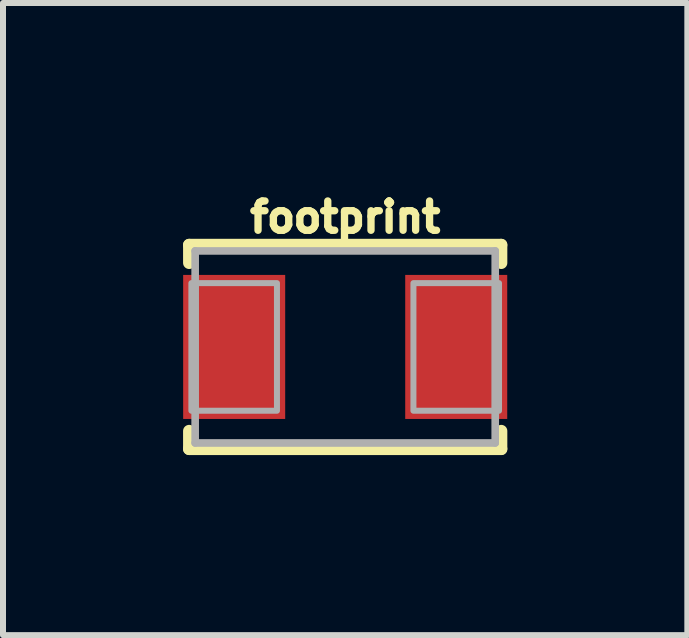
<source format=kicad_pcb>
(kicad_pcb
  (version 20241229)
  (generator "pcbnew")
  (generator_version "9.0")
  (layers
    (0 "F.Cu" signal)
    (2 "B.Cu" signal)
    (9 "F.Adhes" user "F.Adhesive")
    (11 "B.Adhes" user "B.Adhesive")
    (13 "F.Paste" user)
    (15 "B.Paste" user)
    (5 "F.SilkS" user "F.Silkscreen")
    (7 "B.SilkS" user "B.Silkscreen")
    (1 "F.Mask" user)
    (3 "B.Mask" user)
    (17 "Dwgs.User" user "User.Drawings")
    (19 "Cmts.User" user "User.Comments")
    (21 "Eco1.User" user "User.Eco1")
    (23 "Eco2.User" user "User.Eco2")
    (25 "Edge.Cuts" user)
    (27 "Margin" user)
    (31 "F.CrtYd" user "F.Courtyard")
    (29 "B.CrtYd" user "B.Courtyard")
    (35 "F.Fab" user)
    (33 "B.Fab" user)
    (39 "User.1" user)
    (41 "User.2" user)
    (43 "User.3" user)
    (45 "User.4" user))
  (footprint "footprint"
    (layer "F.Cu")
    (at 2.702 2.731)
    (property "Reference" "footprint" (at 0 -1.878 0) (layer "F.SilkS") (effects (font (size 0.488 0.488) (thickness 0.122)) (justify bottom)))
    (fp_line (start -2.6 -1.7) (end -2.6 -1.4) (stroke (width 0.203) (type solid)) (layer "F.SilkS"))
    (fp_line (start -2.6 -1.7) (end 2.6 -1.7) (stroke (width 0.203) (type solid)) (layer "F.SilkS"))
    (fp_line (start -2.6 1.7) (end -2.6 1.4) (stroke (width 0.203) (type solid)) (layer "F.SilkS"))
    (fp_line (start 2.6 -1.7) (end 2.6 -1.4) (stroke (width 0.203) (type solid)) (layer "F.SilkS"))
    (fp_line (start 2.6 1.7) (end -2.6 1.7) (stroke (width 0.203) (type solid)) (layer "F.SilkS"))
    (fp_line (start 2.6 1.7) (end 2.6 1.4) (stroke (width 0.203) (type solid)) (layer "F.SilkS"))
    (fp_line (start -2.5 -1.6) (end -2.5 1.6) (stroke (width 0.127) (type solid)) (layer "F.Fab"))
    (fp_line (start -2.5 1.6) (end 2.5 1.6) (stroke (width 0.127) (type solid)) (layer "F.Fab"))
    (fp_line (start 2.5 -1.6) (end -2.5 -1.6) (stroke (width 0.127) (type solid)) (layer "F.Fab"))
    (fp_line (start 2.5 1.6) (end 2.5 -1.6) (stroke (width 0.127) (type solid)) (layer "F.Fab"))
    (fp_poly (pts (xy -1.137 1.063) (xy -2.563 1.063) (xy -2.563 -1.063) (xy -1.137 -1.063)) (stroke (width 0.1) (type solid)) (fill no) (layer "F.Fab"))
    (fp_poly (pts (xy 2.563 1.063) (xy 1.137 1.063) (xy 1.137 -1.063) (xy 2.563 -1.063)) (stroke (width 0.1) (type solid)) (fill no) (layer "F.Fab"))
    (pad "P$1" smd rect (at 1.85 0) (size 1.7 2.4) (layers "F.Cu" "F.Mask" "F.Paste"))
    (pad "P$2" smd rect (at -1.85 0) (size 1.7 2.4) (layers "F.Cu" "F.Mask" "F.Paste")))
  (gr_rect
    (start -3 -3)
    (end 8.403 7.533)
    (stroke (width 0.1) (type default))
    (fill no)
    (layer "Edge.Cuts")))
</source>
